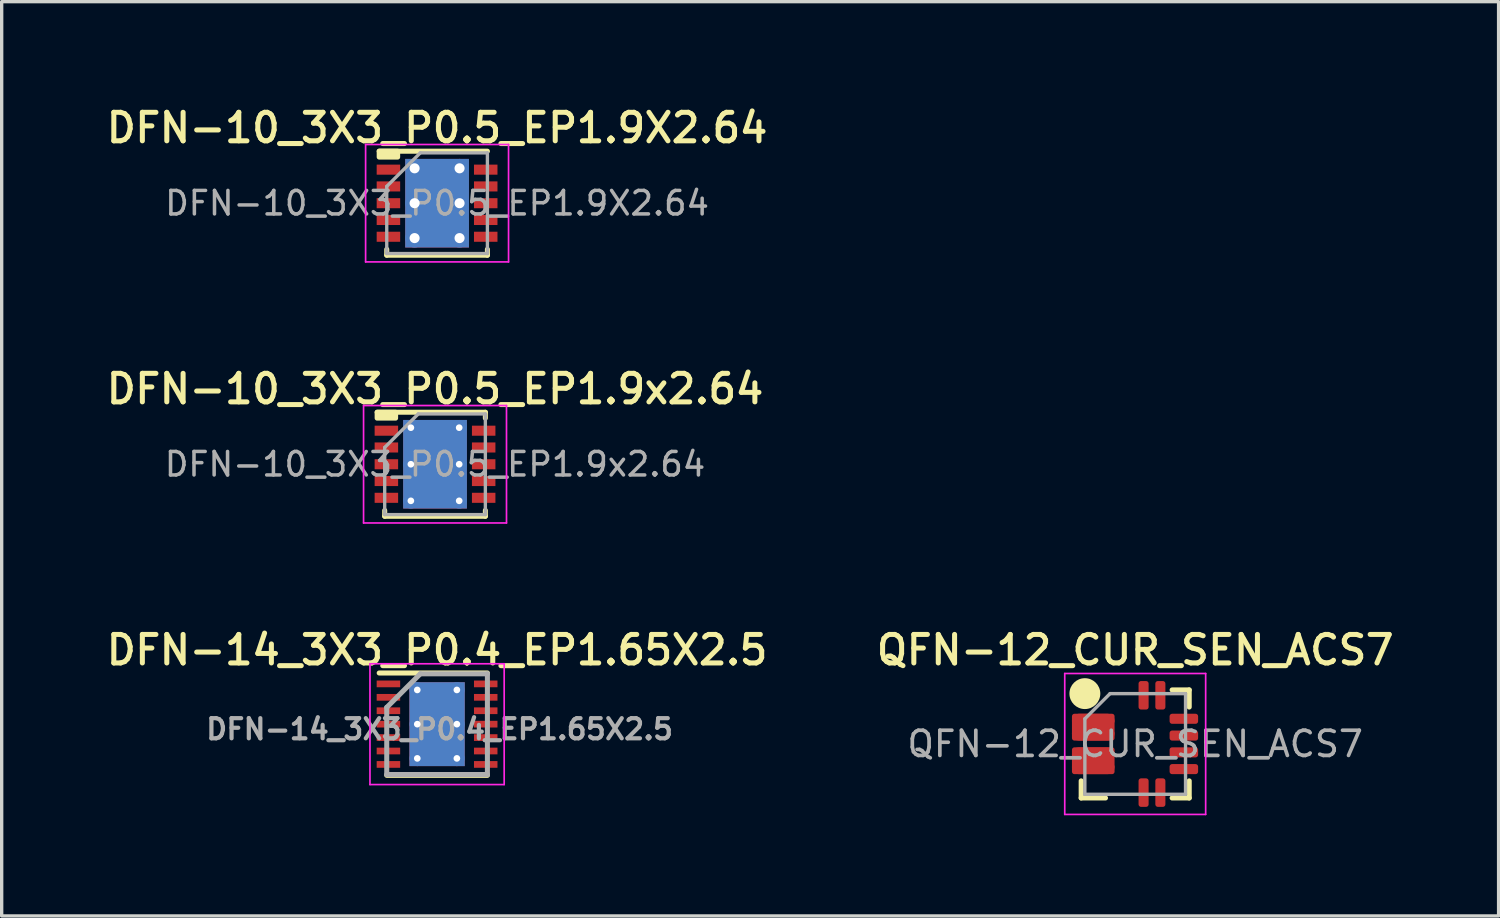
<source format=kicad_pcb>
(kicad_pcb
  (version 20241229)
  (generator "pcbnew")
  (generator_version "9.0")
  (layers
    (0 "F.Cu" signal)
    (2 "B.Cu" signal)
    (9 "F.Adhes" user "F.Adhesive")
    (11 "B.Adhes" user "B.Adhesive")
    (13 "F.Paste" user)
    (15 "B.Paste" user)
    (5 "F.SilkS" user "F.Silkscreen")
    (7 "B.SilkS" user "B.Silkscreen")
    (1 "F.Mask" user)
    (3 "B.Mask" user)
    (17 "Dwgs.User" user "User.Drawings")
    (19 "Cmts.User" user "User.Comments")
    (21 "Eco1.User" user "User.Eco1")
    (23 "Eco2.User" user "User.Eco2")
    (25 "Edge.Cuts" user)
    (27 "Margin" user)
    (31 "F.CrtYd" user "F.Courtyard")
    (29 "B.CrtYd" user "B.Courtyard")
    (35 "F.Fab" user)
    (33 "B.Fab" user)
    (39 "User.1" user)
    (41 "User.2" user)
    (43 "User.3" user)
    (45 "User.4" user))
  (footprint "DFN-14_3X3_P0.4_EP1.65X2.5"
    (layer "F.Cu")
    (at 9.976 18.532)
    (property "Reference" "DFN-14_3X3_P0.4_EP1.65X2.5" (at 0 -2.21 0) (layer "F.SilkS") (effects (font (size 0.85 0.85) (thickness 0.15))))
    (attr smd)
    (fp_line (start -1.725 -1.525) (end 1.5 -1.525) (stroke (width 0.15) (type solid)) (layer "F.SilkS"))
    (fp_line (start -1.5 1.525) (end 1.5 1.525) (stroke (width 0.15) (type solid)) (layer "F.SilkS"))
    (fp_line (start -2 -1.8) (end -2 1.8) (stroke (width 0.05) (type solid)) (layer "F.CrtYd"))
    (fp_line (start -2 -1.8) (end 2 -1.8) (stroke (width 0.05) (type solid)) (layer "F.CrtYd"))
    (fp_line (start -2 1.8) (end 2 1.8) (stroke (width 0.05) (type solid)) (layer "F.CrtYd"))
    (fp_line (start 2 -1.8) (end 2 1.8) (stroke (width 0.05) (type solid)) (layer "F.CrtYd"))
    (fp_line (start -1.5 -0.5) (end -0.5 -1.5) (stroke (width 0.15) (type solid)) (layer "F.Fab"))
    (fp_line (start -1.5 1.5) (end -1.5 -0.5) (stroke (width 0.15) (type solid)) (layer "F.Fab"))
    (fp_line (start -0.5 -1.5) (end 1.5 -1.5) (stroke (width 0.15) (type solid)) (layer "F.Fab"))
    (fp_line (start 1.5 -1.5) (end 1.5 1.5) (stroke (width 0.15) (type solid)) (layer "F.Fab"))
    (fp_line (start 1.5 1.5) (end -1.5 1.5) (stroke (width 0.15) (type solid)) (layer "F.Fab"))
    (fp_text user "${REFERENCE}" (at 0.075 0.15 0) (layer "F.Fab") (effects (font (size 0.6 0.6) (thickness 0.125))))
    (pad "" smd rect (at -0.445 -0.588) (size 0.7 0.97) (layers "F.Paste"))
    (pad "" smd rect (at -0.445 0.588) (size 0.7 0.97) (layers "F.Paste"))
    (pad "" smd rect (at 0.45 -0.588) (size 0.7 0.97) (layers "F.Paste"))
    (pad "" smd rect (at 0.45 0.588) (size 0.7 0.97) (layers "F.Paste"))
    (pad "1" smd rect (at -1.45 -1.2) (size 0.7 0.2) (layers "F.Cu" "F.Mask" "F.Paste"))
    (pad "2" smd rect (at -1.45 -0.8) (size 0.7 0.2) (layers "F.Cu" "F.Mask" "F.Paste"))
    (pad "3" smd rect (at -1.45 -0.4) (size 0.7 0.2) (layers "F.Cu" "F.Mask" "F.Paste"))
    (pad "4" smd rect (at -1.45 0) (size 0.7 0.2) (layers "F.Cu" "F.Mask" "F.Paste"))
    (pad "5" smd rect (at -1.45 0.4) (size 0.7 0.2) (layers "F.Cu" "F.Mask" "F.Paste"))
    (pad "6" smd rect (at -1.45 0.8) (size 0.7 0.2) (layers "F.Cu" "F.Mask" "F.Paste"))
    (pad "7" smd rect (at -1.45 1.2) (size 0.7 0.2) (layers "F.Cu" "F.Mask" "F.Paste"))
    (pad "8" smd rect (at 1.45 1.2) (size 0.7 0.2) (layers "F.Cu" "F.Mask" "F.Paste"))
    (pad "9" smd rect (at 1.45 0.8) (size 0.7 0.2) (layers "F.Cu" "F.Mask" "F.Paste"))
    (pad "10" smd rect (at 1.45 0.4) (size 0.7 0.2) (layers "F.Cu" "F.Mask" "F.Paste"))
    (pad "11" smd rect (at 1.45 0) (size 0.7 0.2) (layers "F.Cu" "F.Mask" "F.Paste"))
    (pad "12" smd rect (at 1.45 -0.4) (size 0.7 0.2) (layers "F.Cu" "F.Mask" "F.Paste"))
    (pad "13" smd rect (at 1.45 -0.8) (size 0.7 0.2) (layers "F.Cu" "F.Mask" "F.Paste"))
    (pad "14" smd rect (at 1.45 -1.2) (size 0.7 0.2) (layers "F.Cu" "F.Mask" "F.Paste"))
    (pad "15" thru_hole circle (at -0.59 -1.02) (size 0.46 0.46) (drill 0.2) (layers "*.Cu" "*.Mask"))
    (pad "15" thru_hole circle (at -0.59 0) (size 0.46 0.46) (drill 0.2) (layers "*.Cu" "*.Mask"))
    (pad "15" thru_hole circle (at -0.59 1.02) (size 0.46 0.46) (drill 0.2) (layers "*.Cu" "*.Mask"))
    (pad "15" smd rect (at 0 0) (size 1.65 2.5) (layers "F.Cu" "F.Mask"))
    (pad "15" smd rect (at 0 0) (size 1.65 2.5) (layers "B.Cu" "B.Mask"))
    (pad "15" thru_hole circle (at 0.59 -1.02) (size 0.46 0.46) (drill 0.2) (layers "*.Cu" "*.Mask"))
    (pad "15" thru_hole circle (at 0.59 0) (size 0.46 0.46) (drill 0.2) (layers "*.Cu" "*.Mask"))
    (pad "15" thru_hole circle (at 0.59 1.02) (size 0.46 0.46) (drill 0.2) (layers "*.Cu" "*.Mask")))
  (footprint "DFN-10_3X3_P0.5_EP1.9X2.64"
    (layer "F.Cu")
    (at 9.976 3.006)
    (property "Reference" "DFN-10_3X3_P0.5_EP1.9X2.64" (at 0 -2.245 0) (layer "F.SilkS") (effects (font (size 0.85 0.85) (thickness 0.15))))
    (attr smd)
    (fp_line (start -1.725 -1.55) (end 1.5 -1.55) (stroke (width 0.15) (type solid)) (layer "F.SilkS"))
    (fp_line (start -1.5 1.55) (end -1.5 1.375) (stroke (width 0.15) (type solid)) (layer "F.SilkS"))
    (fp_line (start -1.5 1.55) (end 1.5 1.55) (stroke (width 0.15) (type solid)) (layer "F.SilkS"))
    (fp_line (start 1.5 1.55) (end 1.5 1.375) (stroke (width 0.15) (type solid)) (layer "F.SilkS"))
    (fp_poly (pts (xy -1.175 -1.375) (xy -1.725 -1.375) (xy -1.725 -1.55) (xy -1.175 -1.55)) (stroke (width 0.15) (type solid)) (fill yes) (layer "F.SilkS"))
    (fp_line (start -2.13 -1.75) (end -2.13 1.75) (stroke (width 0.05) (type solid)) (layer "F.CrtYd"))
    (fp_line (start -2.13 -1.75) (end 2.13 -1.75) (stroke (width 0.05) (type solid)) (layer "F.CrtYd"))
    (fp_line (start -2.13 1.75) (end 2.13 1.75) (stroke (width 0.05) (type solid)) (layer "F.CrtYd"))
    (fp_line (start 2.13 -1.75) (end 2.13 1.75) (stroke (width 0.05) (type solid)) (layer "F.CrtYd"))
    (fp_line (start -1.5 -0.5) (end -0.5 -1.5) (stroke (width 0.1) (type solid)) (layer "F.Fab"))
    (fp_line (start -1.5 1.5) (end -1.5 -0.5) (stroke (width 0.1) (type solid)) (layer "F.Fab"))
    (fp_line (start -0.5 -1.5) (end 1.5 -1.5) (stroke (width 0.1) (type solid)) (layer "F.Fab"))
    (fp_line (start 1.5 -1.5) (end 1.5 1.5) (stroke (width 0.1) (type solid)) (layer "F.Fab"))
    (fp_line (start 1.5 1.5) (end -1.5 1.5) (stroke (width 0.1) (type solid)) (layer "F.Fab"))
    (fp_text user "${REFERENCE}" (at 0 0 0) (layer "F.Fab") (effects (font (size 0.7 0.7) (thickness 0.105))))
    (pad "" smd rect (at -0.48 -0.7) (size 0.85 1.15) (layers "F.Paste"))
    (pad "" smd rect (at -0.48 0.7) (size 0.85 1.15) (layers "F.Paste"))
    (pad "" smd rect (at 0.48 -0.7) (size 0.85 1.15) (layers "F.Paste"))
    (pad "" smd rect (at 0.48 0.7) (size 0.85 1.15) (layers "F.Paste"))
    (pad "1" smd rect (at -1.45 -1) (size 0.7 0.3) (layers "F.Cu" "F.Mask" "F.Paste"))
    (pad "2" smd rect (at -1.45 -0.5) (size 0.7 0.3) (layers "F.Cu" "F.Mask" "F.Paste"))
    (pad "3" smd rect (at -1.45 0) (size 0.7 0.3) (layers "F.Cu" "F.Mask" "F.Paste"))
    (pad "4" smd rect (at -1.45 0.5) (size 0.7 0.3) (layers "F.Cu" "F.Mask" "F.Paste"))
    (pad "5" smd rect (at -1.45 1) (size 0.7 0.3) (layers "F.Cu" "F.Mask" "F.Paste"))
    (pad "6" smd rect (at 1.45 1) (size 0.7 0.3) (layers "F.Cu" "F.Mask" "F.Paste"))
    (pad "7" smd rect (at 1.45 0.5) (size 0.7 0.3) (layers "F.Cu" "F.Mask" "F.Paste"))
    (pad "8" smd rect (at 1.45 0) (size 0.7 0.3) (layers "F.Cu" "F.Mask" "F.Paste"))
    (pad "9" smd rect (at 1.45 -0.5) (size 0.7 0.3) (layers "F.Cu" "F.Mask" "F.Paste"))
    (pad "10" smd rect (at 1.45 -1) (size 0.7 0.3) (layers "F.Cu" "F.Mask" "F.Paste"))
    (pad "11" thru_hole circle (at -0.67 -1.04) (size 0.56 0.56) (drill 0.3) (layers "*.Cu"))
    (pad "11" thru_hole circle (at -0.67 0) (size 0.56 0.56) (drill 0.3) (layers "*.Cu"))
    (pad "11" thru_hole circle (at -0.67 1.04) (size 0.56 0.56) (drill 0.3) (layers "*.Cu"))
    (pad "11" smd rect (at 0 0) (size 1.9 2.64) (layers "F.Cu" "F.Mask"))
    (pad "11" smd rect (at 0 0) (size 1.9 2.64) (layers "B.Cu"))
    (pad "11" thru_hole circle (at 0.67 -1.04) (size 0.56 0.56) (drill 0.3) (layers "*.Cu"))
    (pad "11" thru_hole circle (at 0.67 0) (size 0.56 0.56) (drill 0.3) (layers "*.Cu"))
    (pad "11" thru_hole circle (at 0.67 1.04) (size 0.56 0.56) (drill 0.3) (layers "*.Cu")))
  (footprint "QFN-12_CUR_SEN_ACS7"
    (layer "F.Cu")
    (at 30.782 19.122)
    (property "Reference" "QFN-12_CUR_SEN_ACS7" (at 0 -2.8 0) (layer "F.SilkS") (effects (font (size 0.85 0.85) (thickness 0.15))))
    (attr smd)
    (fp_line (start -1.61 1.61) (end -1.61 1.1) (stroke (width 0.15) (type solid)) (layer "F.SilkS"))
    (fp_line (start -0.885 1.61) (end -1.61 1.61) (stroke (width 0.15) (type solid)) (layer "F.SilkS"))
    (fp_line (start 1.1 -1.61) (end 1.61 -1.61) (stroke (width 0.15) (type solid)) (layer "F.SilkS"))
    (fp_line (start 1.1 1.61) (end 1.61 1.61) (stroke (width 0.15) (type solid)) (layer "F.SilkS"))
    (fp_line (start 1.61 -1.61) (end 1.61 -1.1) (stroke (width 0.15) (type solid)) (layer "F.SilkS"))
    (fp_line (start 1.61 1.61) (end 1.61 1.1) (stroke (width 0.15) (type solid)) (layer "F.SilkS"))
    (fp_circle (center -1.5 -1.5) (end -1.1 -1.5) (stroke (width 0.12) (type solid)) (fill yes) (layer "F.SilkS"))
    (fp_line (start -2.1 -2.1) (end -2.1 2.1) (stroke (width 0.05) (type solid)) (layer "F.CrtYd"))
    (fp_line (start -2.1 2.1) (end 2.1 2.1) (stroke (width 0.05) (type solid)) (layer "F.CrtYd"))
    (fp_line (start 2.1 -2.1) (end -2.1 -2.1) (stroke (width 0.05) (type solid)) (layer "F.CrtYd"))
    (fp_line (start 2.1 2.1) (end 2.1 -2.1) (stroke (width 0.05) (type solid)) (layer "F.CrtYd"))
    (fp_line (start -1.5 -0.75) (end -0.75 -1.5) (stroke (width 0.1) (type solid)) (layer "F.Fab"))
    (fp_line (start -1.5 1.5) (end -1.5 -0.75) (stroke (width 0.1) (type solid)) (layer "F.Fab"))
    (fp_line (start -0.75 -1.5) (end 1.5 -1.5) (stroke (width 0.1) (type solid)) (layer "F.Fab"))
    (fp_line (start 1.5 -1.5) (end 1.5 1.5) (stroke (width 0.1) (type solid)) (layer "F.Fab"))
    (fp_line (start 1.5 1.5) (end -1.5 1.5) (stroke (width 0.1) (type solid)) (layer "F.Fab"))
    (fp_text user "${REFERENCE}" (at 0 0 0) (layer "F.Fab") (effects (font (size 0.75 0.75) (thickness 0.11))))
    (pad "1" smd roundrect (at -1.25 -0.75) (size 1.27 0.3) (layers "F.Cu" "F.Mask" "F.Paste") (roundrect_rratio 0.25))
    (pad "1" smd roundrect (at -1.25 -0.5) (size 1.27 0.8) (layers "F.Cu" "F.Mask" "F.Paste") (roundrect_rratio 0.25))
    (pad "2" smd roundrect (at -1.25 -0.25) (size 1.27 0.3) (layers "F.Cu" "F.Mask" "F.Paste") (roundrect_rratio 0.25))
    (pad "3" smd roundrect (at -1.25 0.25) (size 1.27 0.3) (layers "F.Cu" "F.Mask" "F.Paste") (roundrect_rratio 0.25))
    (pad "3" smd roundrect (at -1.25 0.5) (size 1.27 0.8) (layers "F.Cu" "F.Mask" "F.Paste") (roundrect_rratio 0.25))
    (pad "4" smd roundrect (at -1.25 0.75) (size 1.27 0.3) (layers "F.Cu" "F.Mask" "F.Paste") (roundrect_rratio 0.25))
    (pad "5" smd roundrect (at 0.25 1.45 90) (size 0.85 0.3) (layers "F.Cu" "F.Mask" "F.Paste") (roundrect_rratio 0.25))
    (pad "6" smd roundrect (at 0.75 1.45 90) (size 0.85 0.3) (layers "F.Cu" "F.Mask" "F.Paste") (roundrect_rratio 0.25))
    (pad "7" smd roundrect (at 1.45 0.75) (size 0.85 0.3) (layers "F.Cu" "F.Mask" "F.Paste") (roundrect_rratio 0.25))
    (pad "8" smd roundrect (at 1.45 0.25) (size 0.85 0.3) (layers "F.Cu" "F.Mask" "F.Paste") (roundrect_rratio 0.25))
    (pad "9" smd roundrect (at 1.45 -0.25) (size 0.85 0.3) (layers "F.Cu" "F.Mask" "F.Paste") (roundrect_rratio 0.25))
    (pad "10" smd roundrect (at 1.45 -0.75 180) (size 0.85 0.3) (layers "F.Cu" "F.Mask" "F.Paste") (roundrect_rratio 0.25))
    (pad "11" smd roundrect (at 0.75 -1.45 90) (size 0.85 0.3) (layers "F.Cu" "F.Mask" "F.Paste") (roundrect_rratio 0.25))
    (pad "12" smd roundrect (at 0.25 -1.45 90) (size 0.85 0.3) (layers "F.Cu" "F.Mask" "F.Paste") (roundrect_rratio 0.25)))
  (footprint "DFN-10_3X3_P0.5_EP1.9x2.64"
    (layer "F.Cu")
    (at 9.915 10.786)
    (property "Reference" "DFN-10_3X3_P0.5_EP1.9x2.64" (at 0 -2.245 0) (layer "F.SilkS") (effects (font (size 0.85 0.85) (thickness 0.15))))
    (attr smd)
    (fp_line (start -1.725 -1.55) (end 1.5 -1.55) (stroke (width 0.15) (type solid)) (layer "F.SilkS"))
    (fp_line (start -1.5 1.55) (end -1.5 1.375) (stroke (width 0.15) (type solid)) (layer "F.SilkS"))
    (fp_line (start -1.5 1.55) (end 1.5 1.55) (stroke (width 0.15) (type solid)) (layer "F.SilkS"))
    (fp_line (start 1.5 -1.55) (end 1.5 -1.375) (stroke (width 0.15) (type solid)) (layer "F.SilkS"))
    (fp_line (start 1.5 1.55) (end 1.5 1.375) (stroke (width 0.15) (type solid)) (layer "F.SilkS"))
    (fp_poly (pts (xy -1.175 -1.375) (xy -1.725 -1.375) (xy -1.725 -1.55) (xy -1.175 -1.55)) (stroke (width 0.15) (type solid)) (fill yes) (layer "F.SilkS"))
    (fp_line (start -2.13 -1.75) (end -2.13 1.75) (stroke (width 0.05) (type solid)) (layer "F.CrtYd"))
    (fp_line (start -2.13 -1.75) (end 2.13 -1.75) (stroke (width 0.05) (type solid)) (layer "F.CrtYd"))
    (fp_line (start -2.13 1.75) (end 2.13 1.75) (stroke (width 0.05) (type solid)) (layer "F.CrtYd"))
    (fp_line (start 2.13 -1.75) (end 2.13 1.75) (stroke (width 0.05) (type solid)) (layer "F.CrtYd"))
    (fp_line (start -1.5 -0.5) (end -0.5 -1.5) (stroke (width 0.1) (type solid)) (layer "F.Fab"))
    (fp_line (start -1.5 1.5) (end -1.5 -0.5) (stroke (width 0.1) (type solid)) (layer "F.Fab"))
    (fp_line (start -0.5 -1.5) (end 1.5 -1.5) (stroke (width 0.1) (type solid)) (layer "F.Fab"))
    (fp_line (start 1.5 -1.5) (end 1.5 1.5) (stroke (width 0.1) (type solid)) (layer "F.Fab"))
    (fp_line (start 1.5 1.5) (end -1.5 1.5) (stroke (width 0.1) (type solid)) (layer "F.Fab"))
    (fp_text user "${REFERENCE}" (at 0 0 0) (layer "F.Fab") (effects (font (size 0.7 0.7) (thickness 0.105))))
    (pad "" smd rect (at -0.48 -0.7) (size 0.85 1.15) (layers "F.Paste"))
    (pad "" smd rect (at -0.48 0.7) (size 0.85 1.15) (layers "F.Paste"))
    (pad "" smd rect (at 0.48 -0.7) (size 0.85 1.15) (layers "F.Paste"))
    (pad "" smd rect (at 0.48 0.7) (size 0.85 1.15) (layers "F.Paste"))
    (pad "1" smd rect (at -1.45 -1) (size 0.7 0.3) (layers "F.Cu" "F.Mask" "F.Paste"))
    (pad "2" smd rect (at -1.45 -0.5) (size 0.7 0.3) (layers "F.Cu" "F.Mask" "F.Paste"))
    (pad "3" smd rect (at -1.45 0) (size 0.7 0.3) (layers "F.Cu" "F.Mask" "F.Paste"))
    (pad "4" smd rect (at -1.45 0.5) (size 0.7 0.3) (layers "F.Cu" "F.Mask" "F.Paste"))
    (pad "5" smd rect (at -1.45 1) (size 0.7 0.3) (layers "F.Cu" "F.Mask" "F.Paste"))
    (pad "6" smd rect (at 1.45 1) (size 0.7 0.3) (layers "F.Cu" "F.Mask" "F.Paste"))
    (pad "7" smd rect (at 1.45 0.5) (size 0.7 0.3) (layers "F.Cu" "F.Mask" "F.Paste"))
    (pad "8" smd rect (at 1.45 0) (size 0.7 0.3) (layers "F.Cu" "F.Mask" "F.Paste"))
    (pad "9" smd rect (at 1.45 -0.5) (size 0.7 0.3) (layers "F.Cu" "F.Mask" "F.Paste"))
    (pad "10" smd rect (at 1.45 -1) (size 0.7 0.3) (layers "F.Cu" "F.Mask" "F.Paste"))
    (pad "11" thru_hole circle (at -0.72 -1.09) (size 0.46 0.46) (drill 0.2) (layers "*.Cu" "*.Mask"))
    (pad "11" thru_hole circle (at -0.72 0) (size 0.46 0.46) (drill 0.2) (layers "*.Cu" "*.Mask"))
    (pad "11" thru_hole circle (at -0.72 1.09) (size 0.46 0.46) (drill 0.2) (layers "*.Cu" "*.Mask"))
    (pad "11" smd rect (at 0 0) (size 1.9 2.64) (layers "F.Cu" "F.Mask"))
    (pad "11" smd rect (at 0 0) (size 1.9 2.64) (layers "B.Cu" "B.Mask"))
    (pad "11" thru_hole circle (at 0.72 -1.09) (size 0.46 0.46) (drill 0.2) (layers "*.Cu" "*.Mask"))
    (pad "11" thru_hole circle (at 0.72 0) (size 0.46 0.46) (drill 0.2) (layers "*.Cu" "*.Mask"))
    (pad "11" thru_hole circle (at 0.72 1.09) (size 0.46 0.46) (drill 0.2) (layers "*.Cu" "*.Mask")))
  (gr_rect
    (start -3 -3)
    (end 41.612 24.247)
    (stroke (width 0.1) (type default))
    (fill no)
    (layer "Edge.Cuts")))
</source>
